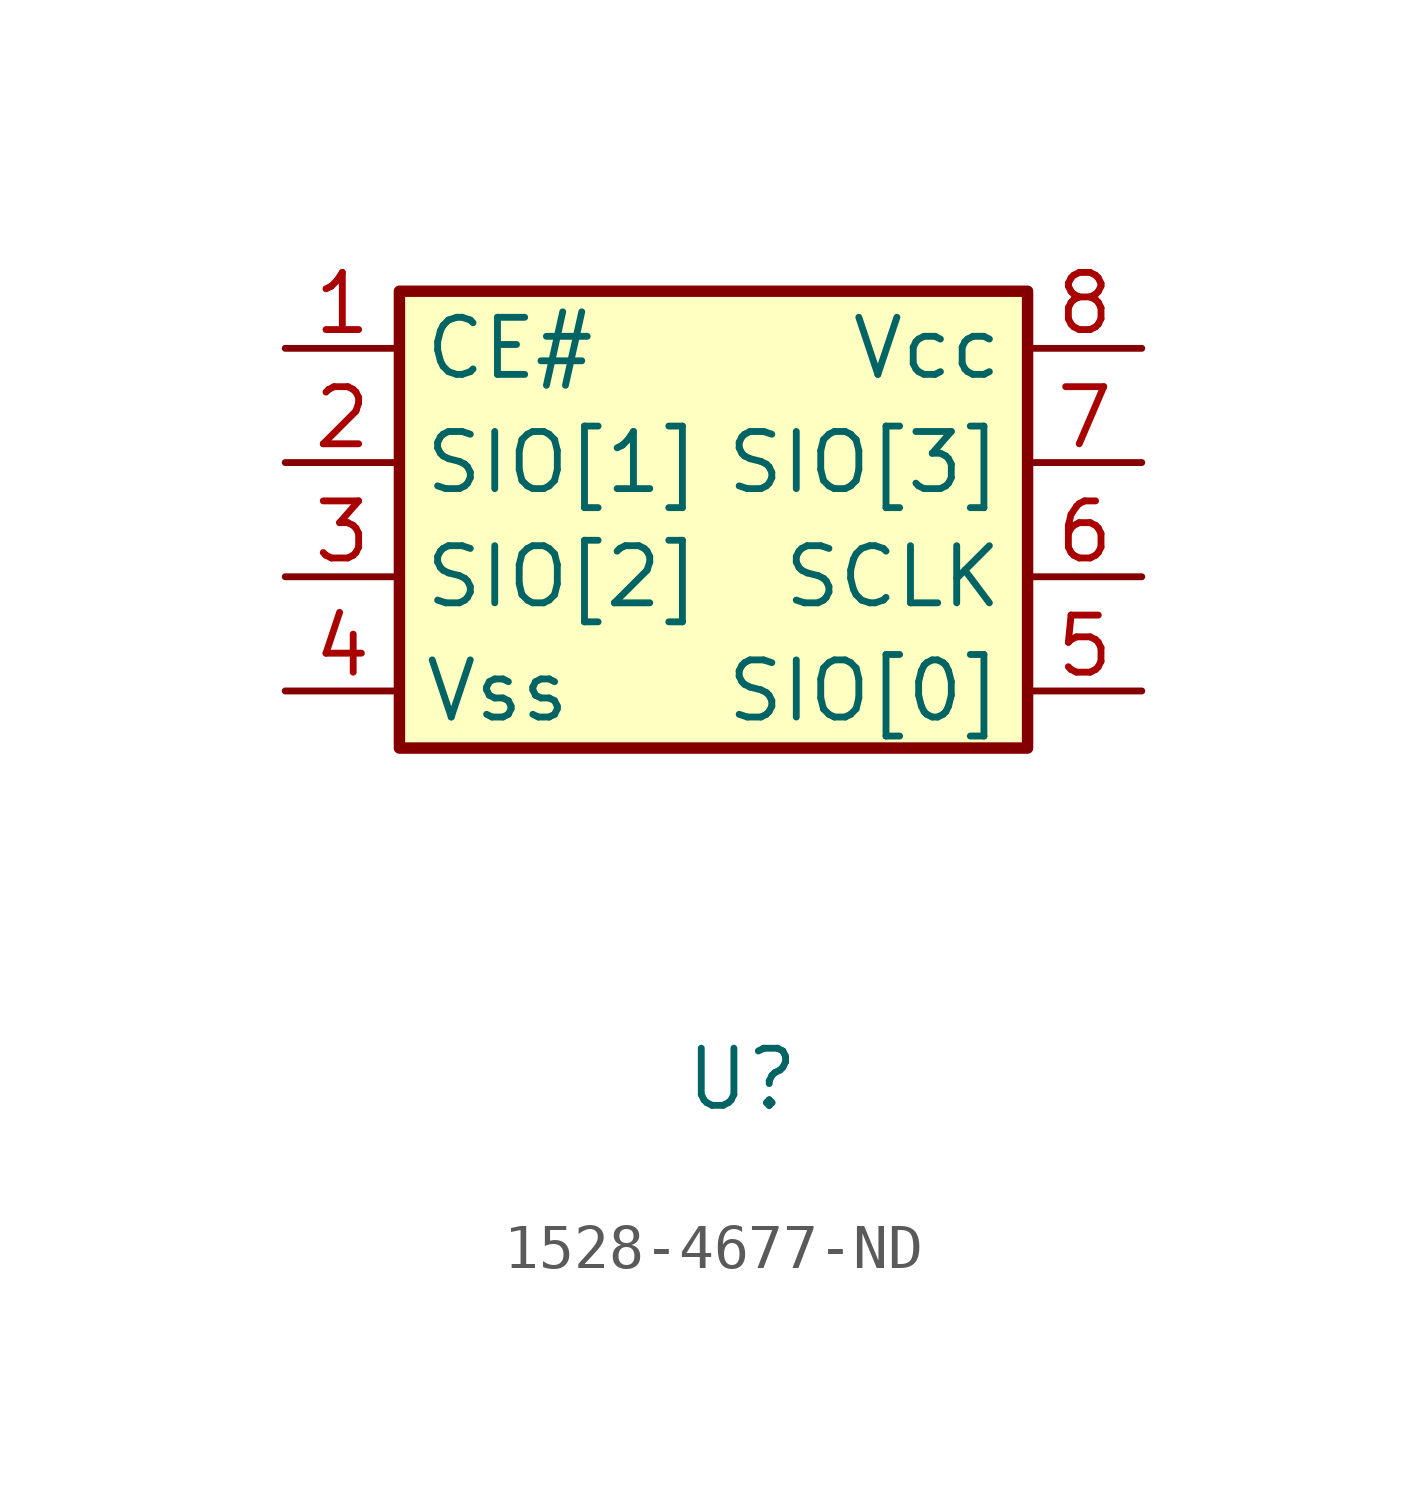
<source format=kicad_sym>
(kicad_symbol_lib
  (version 20231120)
  (generator "kicad_symbol_editor")
  (generator_version "8.0")
  (symbol "1528-4677-ND"
    (property "Reference" "U"
      (at 0 -8.636 0)
      (effects (font (size 1.27 1.27))))
    (property "Value" ""
      (at 3.81 3.81 0)
      (effects (font (size 1.27 1.27))))
    (symbol "1528-4677-ND_1_1"
      (rectangle (start -7.62 8.89) (end 6.35 -1.27) (stroke (width 0.254) (type default)) (fill (type background)))
      (pin bidirectional line (at -10.16 7.62 0) (length 2.54) (name "CE#" (effects (font (size 1.27 1.27)))) (number "1" (effects (font (size 1.27 1.27)))))
      (pin input line (at -10.16 5.08 0) (length 2.54) (name "SIO[1]" (effects (font (size 1.27 1.27)))) (number "2" (effects (font (size 1.27 1.27)))))
      (pin bidirectional line (at -10.16 2.54 0) (length 2.54) (name "SIO[2]" (effects (font (size 1.27 1.27)))) (number "3" (effects (font (size 1.27 1.27)))))
      (pin power_in line (at -10.16 0 0) (length 2.54) (name "Vss" (effects (font (size 1.27 1.27)))) (number "4" (effects (font (size 1.27 1.27)))))
      (pin bidirectional line (at 8.89 0 180) (length 2.54) (name "SIO[0]" (effects (font (size 1.27 1.27)))) (number "5" (effects (font (size 1.27 1.27)))))
      (pin input line (at 8.89 2.54 180) (length 2.54) (name "SCLK" (effects (font (size 1.27 1.27)))) (number "6" (effects (font (size 1.27 1.27)))))
      (pin bidirectional line (at 8.89 5.08 180) (length 2.54) (name "SIO[3]" (effects (font (size 1.27 1.27)))) (number "7" (effects (font (size 1.27 1.27)))))
      (pin power_in line (at 8.89 7.62 180) (length 2.54) (name "Vcc" (effects (font (size 1.27 1.27)))) (number "8" (effects (font (size 1.27 1.27))))))))
</source>
